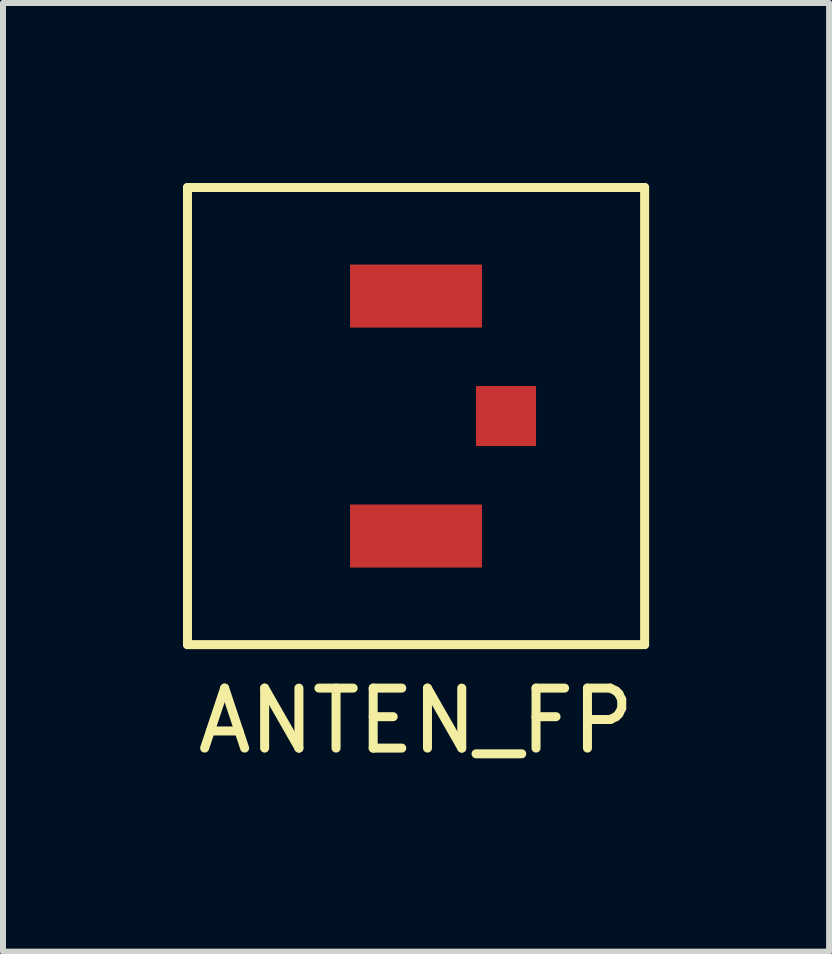
<source format=kicad_pcb>
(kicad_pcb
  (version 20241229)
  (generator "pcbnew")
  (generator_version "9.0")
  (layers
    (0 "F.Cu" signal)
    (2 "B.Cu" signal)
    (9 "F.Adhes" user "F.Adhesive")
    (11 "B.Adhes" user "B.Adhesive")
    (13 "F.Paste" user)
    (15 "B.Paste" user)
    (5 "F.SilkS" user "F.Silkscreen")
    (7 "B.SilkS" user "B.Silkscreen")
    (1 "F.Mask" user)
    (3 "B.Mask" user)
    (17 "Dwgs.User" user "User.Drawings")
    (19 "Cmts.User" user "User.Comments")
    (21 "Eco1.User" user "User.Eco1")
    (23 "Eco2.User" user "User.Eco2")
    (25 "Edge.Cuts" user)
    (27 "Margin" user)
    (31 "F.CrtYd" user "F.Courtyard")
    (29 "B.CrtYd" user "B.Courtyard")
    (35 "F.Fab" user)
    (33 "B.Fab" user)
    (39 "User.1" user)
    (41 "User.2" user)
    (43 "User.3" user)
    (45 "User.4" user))
  (footprint "ANTEN_FP"
    (layer "F.Cu")
    (at 3.885 3.885)
    (property "Reference" "ANTEN_FP" (at 0 5.08 0) (layer "F.SilkS") (effects (font (size 1 1) (thickness 0.15))))
    (attr through_hole)
    (fp_line (start -3.81 -3.81) (end 3.81 -3.81) (stroke (width 0.15) (type solid)) (layer "F.SilkS"))
    (fp_line (start -3.81 3.81) (end -3.81 -3.81) (stroke (width 0.15) (type solid)) (layer "F.SilkS"))
    (fp_line (start 3.81 -3.81) (end 3.81 3.81) (stroke (width 0.15) (type solid)) (layer "F.SilkS"))
    (fp_line (start 3.81 3.81) (end -3.81 3.81) (stroke (width 0.15) (type solid)) (layer "F.SilkS"))
    (pad "1" smd rect (at 0 2) (size 2.2 1.05) (layers "F.Cu" "F.Mask" "F.Paste"))
    (pad "2" smd rect (at 0 -2) (size 2.2 1.05) (layers "F.Cu" "F.Mask" "F.Paste"))
    (pad "3" smd rect (at 1.5 0) (size 1 1) (layers "F.Cu" "F.Mask" "F.Paste")))
  (gr_rect
    (start -3 -3)
    (end 10.77 12.813)
    (stroke (width 0.1) (type default))
    (fill no)
    (layer "Edge.Cuts")))
</source>
